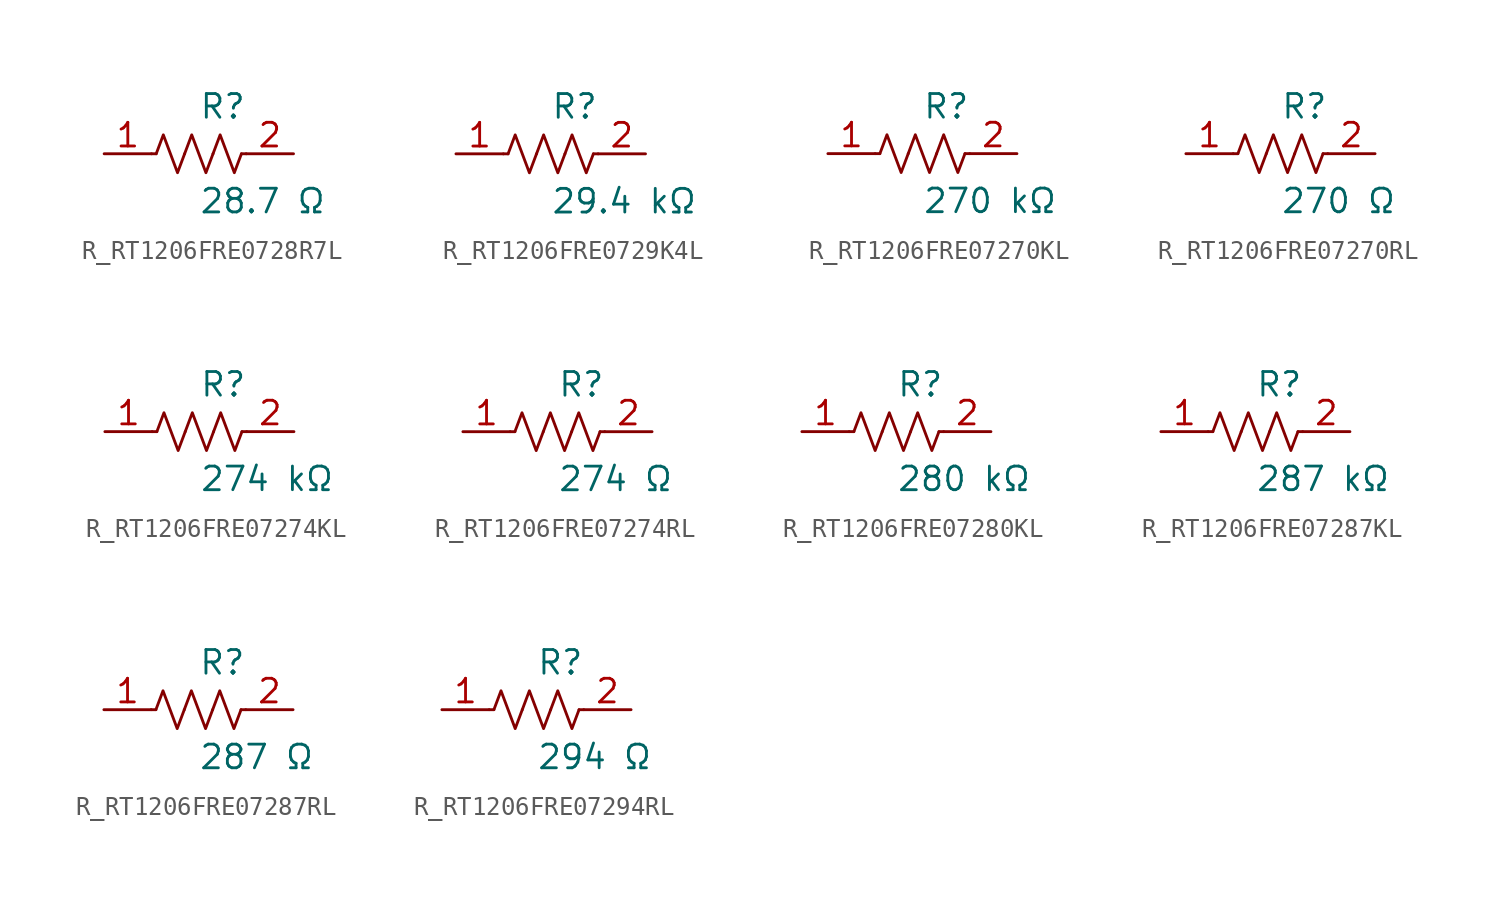
<source format=kicad_sym>
(kicad_symbol_lib
  (version 20231120)
  (generator kicad_symbol_editor)
  (generator_version 8.0)
  (symbol "R_RT1206FRE0728R7L"
    (pin_names
      (offset 0.254))
    (property "Reference" "R"
      (at 0 2.54 0)
      (effects (font (size 1.27 1.27)) (justify left)))
    (property "Value" "28.7 Ω"
      (at 0 -2.54 0)
      (effects (font (size 1.27 1.27)) (justify left)))
    (symbol "R_RT1206FRE0728R7L_0_1"
      (polyline (pts (xy 2.286 0) (xy 2.54 0)) (stroke (width 0) (type default)) (fill (type none)))
      (polyline (pts (xy -2.286 0) (xy -2.54 0)) (stroke (width 0) (type default)) (fill (type none)))
      (polyline (pts (xy 0.762 0) (xy 1.143 1.016) (xy 1.524 0) (xy 1.905 -1.016) (xy 2.286 0)) (stroke (width 0) (type default)) (fill (type none)))
      (polyline (pts (xy -0.762 0) (xy -0.381 1.016) (xy 0 0) (xy 0.381 -1.016) (xy 0.762 0)) (stroke (width 0) (type default)) (fill (type none)))
      (polyline (pts (xy -2.286 0) (xy -1.905 1.016) (xy -1.524 0) (xy -1.143 -1.016) (xy -0.762 0)) (stroke (width 0) (type default)) (fill (type none))))
    (pin unspecified line
      (at -5.08 0 0)
      (length 2.54)
      (name "" (effects (font (size 1.27 1.27))))
      (number "1" (effects (font (size 1.27 1.27)))))
    (pin unspecified line
      (at 5.08 0 180)
      (length 2.54)
      (name "" (effects (font (size 1.27 1.27))))
      (number "2" (effects (font (size 1.27 1.27))))))
  (symbol "R_RT1206FRE0729K4L"
    (pin_names
      (offset 0.254))
    (property "Reference" "R"
      (at 0 2.54 0)
      (effects (font (size 1.27 1.27)) (justify left)))
    (property "Value" "29.4 kΩ"
      (at 0 -2.54 0)
      (effects (font (size 1.27 1.27)) (justify left)))
    (symbol "R_RT1206FRE0729K4L_0_1"
      (polyline (pts (xy 2.286 0) (xy 2.54 0)) (stroke (width 0) (type default)) (fill (type none)))
      (polyline (pts (xy -2.286 0) (xy -2.54 0)) (stroke (width 0) (type default)) (fill (type none)))
      (polyline (pts (xy 0.762 0) (xy 1.143 1.016) (xy 1.524 0) (xy 1.905 -1.016) (xy 2.286 0)) (stroke (width 0) (type default)) (fill (type none)))
      (polyline (pts (xy -0.762 0) (xy -0.381 1.016) (xy 0 0) (xy 0.381 -1.016) (xy 0.762 0)) (stroke (width 0) (type default)) (fill (type none)))
      (polyline (pts (xy -2.286 0) (xy -1.905 1.016) (xy -1.524 0) (xy -1.143 -1.016) (xy -0.762 0)) (stroke (width 0) (type default)) (fill (type none))))
    (pin unspecified line
      (at -5.08 0 0)
      (length 2.54)
      (name "" (effects (font (size 1.27 1.27))))
      (number "1" (effects (font (size 1.27 1.27)))))
    (pin unspecified line
      (at 5.08 0 180)
      (length 2.54)
      (name "" (effects (font (size 1.27 1.27))))
      (number "2" (effects (font (size 1.27 1.27))))))
  (symbol "R_RT1206FRE07270KL"
    (pin_names
      (offset 0.254))
    (property "Reference" "R"
      (at 0 2.54 0)
      (effects (font (size 1.27 1.27)) (justify left)))
    (property "Value" "270 kΩ"
      (at 0 -2.54 0)
      (effects (font (size 1.27 1.27)) (justify left)))
    (symbol "R_RT1206FRE07270KL_0_1"
      (polyline (pts (xy 2.286 0) (xy 2.54 0)) (stroke (width 0) (type default)) (fill (type none)))
      (polyline (pts (xy -2.286 0) (xy -2.54 0)) (stroke (width 0) (type default)) (fill (type none)))
      (polyline (pts (xy 0.762 0) (xy 1.143 1.016) (xy 1.524 0) (xy 1.905 -1.016) (xy 2.286 0)) (stroke (width 0) (type default)) (fill (type none)))
      (polyline (pts (xy -0.762 0) (xy -0.381 1.016) (xy 0 0) (xy 0.381 -1.016) (xy 0.762 0)) (stroke (width 0) (type default)) (fill (type none)))
      (polyline (pts (xy -2.286 0) (xy -1.905 1.016) (xy -1.524 0) (xy -1.143 -1.016) (xy -0.762 0)) (stroke (width 0) (type default)) (fill (type none))))
    (pin unspecified line
      (at -5.08 0 0)
      (length 2.54)
      (name "" (effects (font (size 1.27 1.27))))
      (number "1" (effects (font (size 1.27 1.27)))))
    (pin unspecified line
      (at 5.08 0 180)
      (length 2.54)
      (name "" (effects (font (size 1.27 1.27))))
      (number "2" (effects (font (size 1.27 1.27))))))
  (symbol "R_RT1206FRE07270RL"
    (pin_names
      (offset 0.254))
    (property "Reference" "R"
      (at 0 2.54 0)
      (effects (font (size 1.27 1.27)) (justify left)))
    (property "Value" "270 Ω"
      (at 0 -2.54 0)
      (effects (font (size 1.27 1.27)) (justify left)))
    (symbol "R_RT1206FRE07270RL_0_1"
      (polyline (pts (xy 2.286 0) (xy 2.54 0)) (stroke (width 0) (type default)) (fill (type none)))
      (polyline (pts (xy -2.286 0) (xy -2.54 0)) (stroke (width 0) (type default)) (fill (type none)))
      (polyline (pts (xy 0.762 0) (xy 1.143 1.016) (xy 1.524 0) (xy 1.905 -1.016) (xy 2.286 0)) (stroke (width 0) (type default)) (fill (type none)))
      (polyline (pts (xy -0.762 0) (xy -0.381 1.016) (xy 0 0) (xy 0.381 -1.016) (xy 0.762 0)) (stroke (width 0) (type default)) (fill (type none)))
      (polyline (pts (xy -2.286 0) (xy -1.905 1.016) (xy -1.524 0) (xy -1.143 -1.016) (xy -0.762 0)) (stroke (width 0) (type default)) (fill (type none))))
    (pin unspecified line
      (at -5.08 0 0)
      (length 2.54)
      (name "" (effects (font (size 1.27 1.27))))
      (number "1" (effects (font (size 1.27 1.27)))))
    (pin unspecified line
      (at 5.08 0 180)
      (length 2.54)
      (name "" (effects (font (size 1.27 1.27))))
      (number "2" (effects (font (size 1.27 1.27))))))
  (symbol "R_RT1206FRE07274KL"
    (pin_names
      (offset 0.254))
    (property "Reference" "R"
      (at 0 2.54 0)
      (effects (font (size 1.27 1.27)) (justify left)))
    (property "Value" "274 kΩ"
      (at 0 -2.54 0)
      (effects (font (size 1.27 1.27)) (justify left)))
    (symbol "R_RT1206FRE07274KL_0_1"
      (polyline (pts (xy 2.286 0) (xy 2.54 0)) (stroke (width 0) (type default)) (fill (type none)))
      (polyline (pts (xy -2.286 0) (xy -2.54 0)) (stroke (width 0) (type default)) (fill (type none)))
      (polyline (pts (xy 0.762 0) (xy 1.143 1.016) (xy 1.524 0) (xy 1.905 -1.016) (xy 2.286 0)) (stroke (width 0) (type default)) (fill (type none)))
      (polyline (pts (xy -0.762 0) (xy -0.381 1.016) (xy 0 0) (xy 0.381 -1.016) (xy 0.762 0)) (stroke (width 0) (type default)) (fill (type none)))
      (polyline (pts (xy -2.286 0) (xy -1.905 1.016) (xy -1.524 0) (xy -1.143 -1.016) (xy -0.762 0)) (stroke (width 0) (type default)) (fill (type none))))
    (pin unspecified line
      (at -5.08 0 0)
      (length 2.54)
      (name "" (effects (font (size 1.27 1.27))))
      (number "1" (effects (font (size 1.27 1.27)))))
    (pin unspecified line
      (at 5.08 0 180)
      (length 2.54)
      (name "" (effects (font (size 1.27 1.27))))
      (number "2" (effects (font (size 1.27 1.27))))))
  (symbol "R_RT1206FRE07274RL"
    (pin_names
      (offset 0.254))
    (property "Reference" "R"
      (at 0 2.54 0)
      (effects (font (size 1.27 1.27)) (justify left)))
    (property "Value" "274 Ω"
      (at 0 -2.54 0)
      (effects (font (size 1.27 1.27)) (justify left)))
    (symbol "R_RT1206FRE07274RL_0_1"
      (polyline (pts (xy 2.286 0) (xy 2.54 0)) (stroke (width 0) (type default)) (fill (type none)))
      (polyline (pts (xy -2.286 0) (xy -2.54 0)) (stroke (width 0) (type default)) (fill (type none)))
      (polyline (pts (xy 0.762 0) (xy 1.143 1.016) (xy 1.524 0) (xy 1.905 -1.016) (xy 2.286 0)) (stroke (width 0) (type default)) (fill (type none)))
      (polyline (pts (xy -0.762 0) (xy -0.381 1.016) (xy 0 0) (xy 0.381 -1.016) (xy 0.762 0)) (stroke (width 0) (type default)) (fill (type none)))
      (polyline (pts (xy -2.286 0) (xy -1.905 1.016) (xy -1.524 0) (xy -1.143 -1.016) (xy -0.762 0)) (stroke (width 0) (type default)) (fill (type none))))
    (pin unspecified line
      (at -5.08 0 0)
      (length 2.54)
      (name "" (effects (font (size 1.27 1.27))))
      (number "1" (effects (font (size 1.27 1.27)))))
    (pin unspecified line
      (at 5.08 0 180)
      (length 2.54)
      (name "" (effects (font (size 1.27 1.27))))
      (number "2" (effects (font (size 1.27 1.27))))))
  (symbol "R_RT1206FRE07280KL"
    (pin_names
      (offset 0.254))
    (property "Reference" "R"
      (at 0 2.54 0)
      (effects (font (size 1.27 1.27)) (justify left)))
    (property "Value" "280 kΩ"
      (at 0 -2.54 0)
      (effects (font (size 1.27 1.27)) (justify left)))
    (symbol "R_RT1206FRE07280KL_0_1"
      (polyline (pts (xy 2.286 0) (xy 2.54 0)) (stroke (width 0) (type default)) (fill (type none)))
      (polyline (pts (xy -2.286 0) (xy -2.54 0)) (stroke (width 0) (type default)) (fill (type none)))
      (polyline (pts (xy 0.762 0) (xy 1.143 1.016) (xy 1.524 0) (xy 1.905 -1.016) (xy 2.286 0)) (stroke (width 0) (type default)) (fill (type none)))
      (polyline (pts (xy -0.762 0) (xy -0.381 1.016) (xy 0 0) (xy 0.381 -1.016) (xy 0.762 0)) (stroke (width 0) (type default)) (fill (type none)))
      (polyline (pts (xy -2.286 0) (xy -1.905 1.016) (xy -1.524 0) (xy -1.143 -1.016) (xy -0.762 0)) (stroke (width 0) (type default)) (fill (type none))))
    (pin unspecified line
      (at -5.08 0 0)
      (length 2.54)
      (name "" (effects (font (size 1.27 1.27))))
      (number "1" (effects (font (size 1.27 1.27)))))
    (pin unspecified line
      (at 5.08 0 180)
      (length 2.54)
      (name "" (effects (font (size 1.27 1.27))))
      (number "2" (effects (font (size 1.27 1.27))))))
  (symbol "R_RT1206FRE07287KL"
    (pin_names
      (offset 0.254))
    (property "Reference" "R"
      (at 0 2.54 0)
      (effects (font (size 1.27 1.27)) (justify left)))
    (property "Value" "287 kΩ"
      (at 0 -2.54 0)
      (effects (font (size 1.27 1.27)) (justify left)))
    (symbol "R_RT1206FRE07287KL_0_1"
      (polyline (pts (xy 2.286 0) (xy 2.54 0)) (stroke (width 0) (type default)) (fill (type none)))
      (polyline (pts (xy -2.286 0) (xy -2.54 0)) (stroke (width 0) (type default)) (fill (type none)))
      (polyline (pts (xy 0.762 0) (xy 1.143 1.016) (xy 1.524 0) (xy 1.905 -1.016) (xy 2.286 0)) (stroke (width 0) (type default)) (fill (type none)))
      (polyline (pts (xy -0.762 0) (xy -0.381 1.016) (xy 0 0) (xy 0.381 -1.016) (xy 0.762 0)) (stroke (width 0) (type default)) (fill (type none)))
      (polyline (pts (xy -2.286 0) (xy -1.905 1.016) (xy -1.524 0) (xy -1.143 -1.016) (xy -0.762 0)) (stroke (width 0) (type default)) (fill (type none))))
    (pin unspecified line
      (at -5.08 0 0)
      (length 2.54)
      (name "" (effects (font (size 1.27 1.27))))
      (number "1" (effects (font (size 1.27 1.27)))))
    (pin unspecified line
      (at 5.08 0 180)
      (length 2.54)
      (name "" (effects (font (size 1.27 1.27))))
      (number "2" (effects (font (size 1.27 1.27))))))
  (symbol "R_RT1206FRE07287RL"
    (pin_names
      (offset 0.254))
    (property "Reference" "R"
      (at 0 2.54 0)
      (effects (font (size 1.27 1.27)) (justify left)))
    (property "Value" "287 Ω"
      (at 0 -2.54 0)
      (effects (font (size 1.27 1.27)) (justify left)))
    (symbol "R_RT1206FRE07287RL_0_1"
      (polyline (pts (xy 2.286 0) (xy 2.54 0)) (stroke (width 0) (type default)) (fill (type none)))
      (polyline (pts (xy -2.286 0) (xy -2.54 0)) (stroke (width 0) (type default)) (fill (type none)))
      (polyline (pts (xy 0.762 0) (xy 1.143 1.016) (xy 1.524 0) (xy 1.905 -1.016) (xy 2.286 0)) (stroke (width 0) (type default)) (fill (type none)))
      (polyline (pts (xy -0.762 0) (xy -0.381 1.016) (xy 0 0) (xy 0.381 -1.016) (xy 0.762 0)) (stroke (width 0) (type default)) (fill (type none)))
      (polyline (pts (xy -2.286 0) (xy -1.905 1.016) (xy -1.524 0) (xy -1.143 -1.016) (xy -0.762 0)) (stroke (width 0) (type default)) (fill (type none))))
    (pin unspecified line
      (at -5.08 0 0)
      (length 2.54)
      (name "" (effects (font (size 1.27 1.27))))
      (number "1" (effects (font (size 1.27 1.27)))))
    (pin unspecified line
      (at 5.08 0 180)
      (length 2.54)
      (name "" (effects (font (size 1.27 1.27))))
      (number "2" (effects (font (size 1.27 1.27))))))
  (symbol "R_RT1206FRE07294RL"
    (pin_names
      (offset 0.254))
    (property "Reference" "R"
      (at 0 2.54 0)
      (effects (font (size 1.27 1.27)) (justify left)))
    (property "Value" "294 Ω"
      (at 0 -2.54 0)
      (effects (font (size 1.27 1.27)) (justify left)))
    (symbol "R_RT1206FRE07294RL_0_1"
      (polyline (pts (xy 2.286 0) (xy 2.54 0)) (stroke (width 0) (type default)) (fill (type none)))
      (polyline (pts (xy -2.286 0) (xy -2.54 0)) (stroke (width 0) (type default)) (fill (type none)))
      (polyline (pts (xy 0.762 0) (xy 1.143 1.016) (xy 1.524 0) (xy 1.905 -1.016) (xy 2.286 0)) (stroke (width 0) (type default)) (fill (type none)))
      (polyline (pts (xy -0.762 0) (xy -0.381 1.016) (xy 0 0) (xy 0.381 -1.016) (xy 0.762 0)) (stroke (width 0) (type default)) (fill (type none)))
      (polyline (pts (xy -2.286 0) (xy -1.905 1.016) (xy -1.524 0) (xy -1.143 -1.016) (xy -0.762 0)) (stroke (width 0) (type default)) (fill (type none))))
    (pin unspecified line
      (at -5.08 0 0)
      (length 2.54)
      (name "" (effects (font (size 1.27 1.27))))
      (number "1" (effects (font (size 1.27 1.27)))))
    (pin unspecified line
      (at 5.08 0 180)
      (length 2.54)
      (name "" (effects (font (size 1.27 1.27))))
      (number "2" (effects (font (size 1.27 1.27)))))))
</source>
